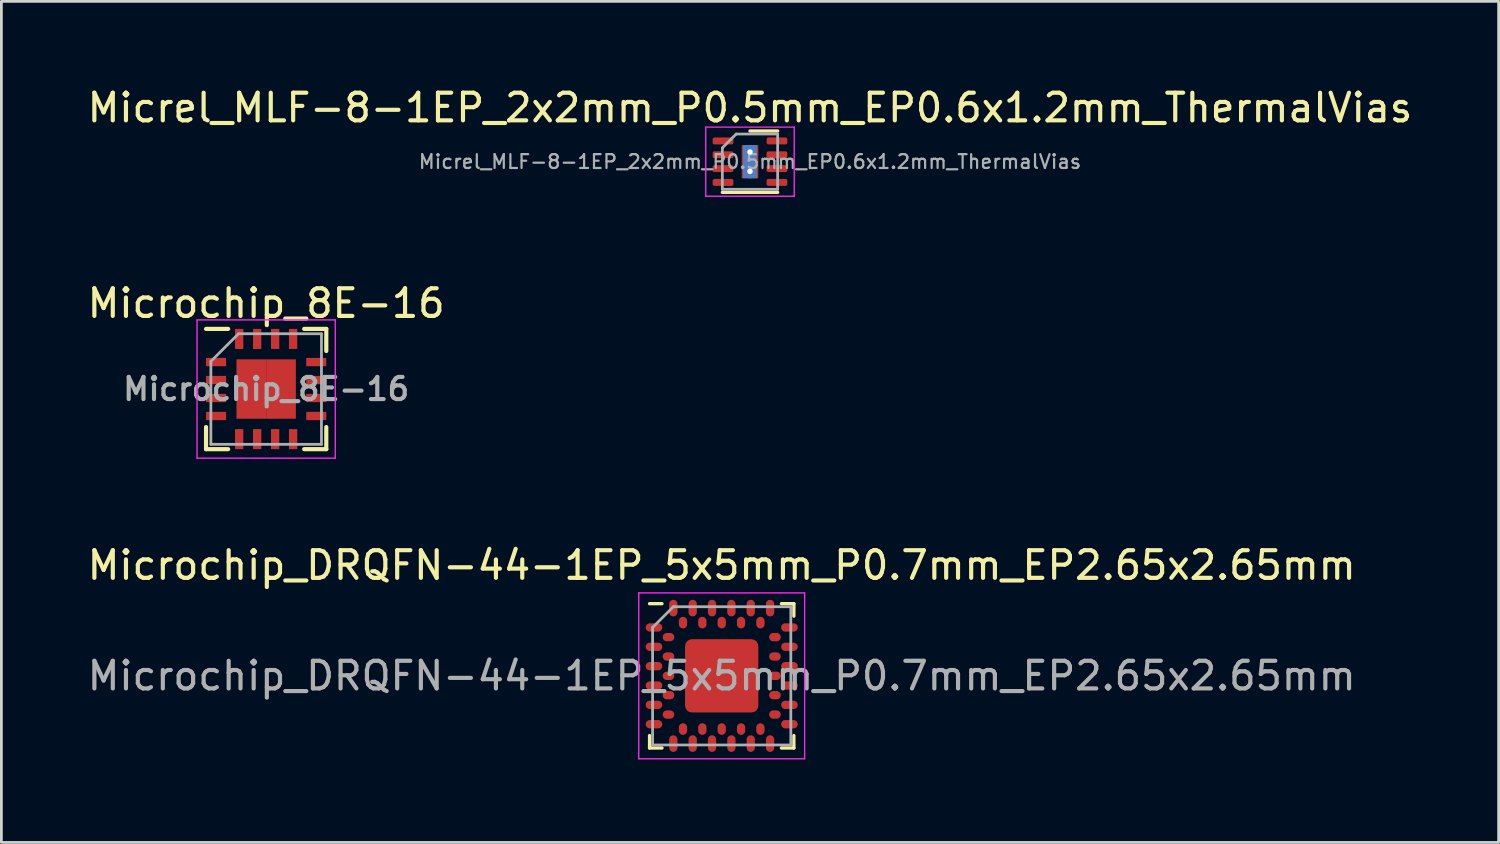
<source format=kicad_pcb>
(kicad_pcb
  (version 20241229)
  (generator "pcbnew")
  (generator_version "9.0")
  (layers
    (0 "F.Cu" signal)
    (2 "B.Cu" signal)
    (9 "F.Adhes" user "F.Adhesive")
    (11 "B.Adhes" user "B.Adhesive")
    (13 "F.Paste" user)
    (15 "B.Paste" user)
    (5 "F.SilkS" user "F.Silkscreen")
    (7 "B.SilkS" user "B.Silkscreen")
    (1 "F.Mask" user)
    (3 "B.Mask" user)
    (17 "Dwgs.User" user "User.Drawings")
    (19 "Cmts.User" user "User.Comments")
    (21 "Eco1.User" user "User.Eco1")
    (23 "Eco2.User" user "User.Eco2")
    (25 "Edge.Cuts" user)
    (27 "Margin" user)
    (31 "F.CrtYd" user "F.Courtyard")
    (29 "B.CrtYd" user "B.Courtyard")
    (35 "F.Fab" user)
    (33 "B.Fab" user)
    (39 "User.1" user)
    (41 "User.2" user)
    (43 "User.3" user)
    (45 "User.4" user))
  (footprint "Microchip_8E-16"
    (layer "F.Cu")
    (at 6.577 11.021)
    (property "Reference" "Microchip_8E-16" (at 0 -3.1 0) (layer "F.SilkS") (effects (font (size 1 1) (thickness 0.15))))
    (attr smd)
    (fp_line (start -2.175 -2.175) (end -1.375 -2.175) (stroke (width 0.15) (type solid)) (layer "F.SilkS"))
    (fp_line (start -2.175 2.175) (end -2.175 1.375) (stroke (width 0.15) (type solid)) (layer "F.SilkS"))
    (fp_line (start -2.175 2.175) (end -1.375 2.175) (stroke (width 0.15) (type solid)) (layer "F.SilkS"))
    (fp_line (start 2.175 -2.175) (end 1.375 -2.175) (stroke (width 0.15) (type solid)) (layer "F.SilkS"))
    (fp_line (start 2.175 -2.175) (end 2.175 -1.375) (stroke (width 0.15) (type solid)) (layer "F.SilkS"))
    (fp_line (start 2.175 2.175) (end 1.375 2.175) (stroke (width 0.15) (type solid)) (layer "F.SilkS"))
    (fp_line (start 2.175 2.175) (end 2.175 1.375) (stroke (width 0.15) (type solid)) (layer "F.SilkS"))
    (fp_line (start -2.5 -2.5) (end -2.5 2.5) (stroke (width 0.05) (type solid)) (layer "F.CrtYd"))
    (fp_line (start -2.5 -2.5) (end 2.5 -2.5) (stroke (width 0.05) (type solid)) (layer "F.CrtYd"))
    (fp_line (start -2.5 2.5) (end 2.5 2.5) (stroke (width 0.05) (type solid)) (layer "F.CrtYd"))
    (fp_line (start 2.5 -2.5) (end 2.5 2.5) (stroke (width 0.05) (type solid)) (layer "F.CrtYd"))
    (fp_line (start -2 2) (end -2 -1) (stroke (width 0.1) (type solid)) (layer "F.Fab"))
    (fp_line (start -1 -2) (end -2 -1) (stroke (width 0.1) (type solid)) (layer "F.Fab"))
    (fp_line (start -1 -2) (end 2 -2) (stroke (width 0.1) (type solid)) (layer "F.Fab"))
    (fp_line (start 2 -2) (end 2 2) (stroke (width 0.1) (type solid)) (layer "F.Fab"))
    (fp_line (start 2 2) (end -2 2) (stroke (width 0.1) (type solid)) (layer "F.Fab"))
    (fp_text user "${REFERENCE}" (at 0 0 0) (layer "F.Fab") (effects (font (size 0.8 0.8) (thickness 0.15))))
    (pad "1" smd rect (at -1.812 -0.975) (size 0.725 0.3) (layers "F.Cu" "F.Mask" "F.Paste"))
    (pad "2" smd rect (at -1.812 -0.325) (size 0.725 0.3) (layers "F.Cu" "F.Mask" "F.Paste"))
    (pad "3" smd rect (at -1.812 0.325) (size 0.725 0.3) (layers "F.Cu" "F.Mask" "F.Paste"))
    (pad "4" smd rect (at -1.812 0.975) (size 0.725 0.3) (layers "F.Cu" "F.Mask" "F.Paste"))
    (pad "5" smd rect (at -0.975 1.812 90) (size 0.725 0.3) (layers "F.Cu" "F.Mask" "F.Paste"))
    (pad "6" smd rect (at -0.325 1.812 90) (size 0.725 0.3) (layers "F.Cu" "F.Mask" "F.Paste"))
    (pad "7" smd rect (at 0.325 1.812 90) (size 0.725 0.3) (layers "F.Cu" "F.Mask" "F.Paste"))
    (pad "8" smd rect (at 0.975 1.812 90) (size 0.725 0.3) (layers "F.Cu" "F.Mask" "F.Paste"))
    (pad "9" smd rect (at 1.812 0.975) (size 0.725 0.3) (layers "F.Cu" "F.Mask" "F.Paste"))
    (pad "10" smd rect (at 1.812 0.325) (size 0.725 0.3) (layers "F.Cu" "F.Mask" "F.Paste"))
    (pad "11" smd rect (at 1.812 -0.325) (size 0.725 0.3) (layers "F.Cu" "F.Mask" "F.Paste"))
    (pad "12" smd rect (at 1.812 -0.975) (size 0.725 0.3) (layers "F.Cu" "F.Mask" "F.Paste"))
    (pad "13" smd rect (at 0.975 -1.812 90) (size 0.725 0.3) (layers "F.Cu" "F.Mask" "F.Paste"))
    (pad "14" smd rect (at 0.325 -1.812 90) (size 0.725 0.3) (layers "F.Cu" "F.Mask" "F.Paste"))
    (pad "15" smd rect (at -0.325 -1.812 90) (size 0.725 0.3) (layers "F.Cu" "F.Mask" "F.Paste"))
    (pad "16" smd rect (at -0.975 -1.812 90) (size 0.725 0.3) (layers "F.Cu" "F.Mask" "F.Paste"))
    (pad "17" smd rect (at -0.537 -0.537) (size 1.075 1.075) (layers "F.Cu" "F.Mask" "F.Paste"))
    (pad "17" smd rect (at -0.537 0.537) (size 1.075 1.075) (layers "F.Cu" "F.Mask" "F.Paste"))
    (pad "17" smd rect (at 0.537 -0.537) (size 1.075 1.075) (layers "F.Cu" "F.Mask" "F.Paste"))
    (pad "17" smd rect (at 0.537 0.537) (size 1.075 1.075) (layers "F.Cu" "F.Mask" "F.Paste")))
  (footprint "Microchip_DRQFN-44-1EP_5x5mm_P0.7mm_EP2.65x2.65mm"
    (layer "F.Cu")
    (at 23.054 21.395)
    (property "Reference" "Microchip_DRQFN-44-1EP_5x5mm_P0.7mm_EP2.65x2.65mm" (at 0 -4 0) (layer "F.SilkS") (effects (font (size 1 1) (thickness 0.15))))
    (attr smd)
    (fp_line (start -2.61 2.61) (end -2.61 2.16) (stroke (width 0.12) (type solid)) (layer "F.SilkS"))
    (fp_line (start -2.16 -2.61) (end -2.61 -2.61) (stroke (width 0.12) (type solid)) (layer "F.SilkS"))
    (fp_line (start -2.16 2.61) (end -2.61 2.61) (stroke (width 0.12) (type solid)) (layer "F.SilkS"))
    (fp_line (start 2.16 -2.61) (end 2.61 -2.61) (stroke (width 0.12) (type solid)) (layer "F.SilkS"))
    (fp_line (start 2.61 -2.61) (end 2.61 -2.16) (stroke (width 0.12) (type solid)) (layer "F.SilkS"))
    (fp_line (start 2.61 2.16) (end 2.61 2.61) (stroke (width 0.12) (type solid)) (layer "F.SilkS"))
    (fp_line (start 2.61 2.61) (end 2.16 2.61) (stroke (width 0.12) (type solid)) (layer "F.SilkS"))
    (fp_line (start -3 -3) (end 3 -3) (stroke (width 0.05) (type solid)) (layer "F.CrtYd"))
    (fp_line (start -3 3) (end -3 -3) (stroke (width 0.05) (type solid)) (layer "F.CrtYd"))
    (fp_line (start 3 -3) (end 3 3) (stroke (width 0.05) (type solid)) (layer "F.CrtYd"))
    (fp_line (start 3 3) (end -3 3) (stroke (width 0.05) (type solid)) (layer "F.CrtYd"))
    (fp_line (start -2.5 -1.75) (end -1.75 -2.5) (stroke (width 0.1) (type solid)) (layer "F.Fab"))
    (fp_line (start -2.5 2.5) (end -2.5 -1.75) (stroke (width 0.1) (type solid)) (layer "F.Fab"))
    (fp_line (start -1.75 -2.5) (end 2.5 -2.5) (stroke (width 0.1) (type solid)) (layer "F.Fab"))
    (fp_line (start 2.5 -2.5) (end 2.5 2.5) (stroke (width 0.1) (type solid)) (layer "F.Fab"))
    (fp_line (start 2.5 2.5) (end -2.5 2.5) (stroke (width 0.1) (type solid)) (layer "F.Fab"))
    (fp_text user "${REFERENCE}" (at 0 0 0) (layer "F.Fab") (effects (font (size 1 1) (thickness 0.15))))
    (pad "" smd roundrect (at -0.65 -0.65) (size 1.1 1.1) (layers "F.Paste") (roundrect_rratio 0.1))
    (pad "" smd roundrect (at -0.65 0.65) (size 1.1 1.1) (layers "F.Paste") (roundrect_rratio 0.1))
    (pad "" smd roundrect (at 0.65 -0.65) (size 1.1 1.1) (layers "F.Paste") (roundrect_rratio 0.1))
    (pad "" smd roundrect (at 0.65 0.65) (size 1.1 1.1) (layers "F.Paste") (roundrect_rratio 0.1))
    (pad "A1" smd oval (at -2.45 -1.75) (size 0.6 0.3) (layers "F.Cu" "F.Mask" "F.Paste"))
    (pad "A2" smd oval (at -2.45 -1.05) (size 0.6 0.3) (layers "F.Cu" "F.Mask" "F.Paste"))
    (pad "A3" smd oval (at -2.45 -0.35) (size 0.6 0.3) (layers "F.Cu" "F.Mask" "F.Paste"))
    (pad "A4" smd oval (at -2.45 0.35) (size 0.6 0.3) (layers "F.Cu" "F.Mask" "F.Paste"))
    (pad "A5" smd oval (at -2.45 1.05) (size 0.6 0.3) (layers "F.Cu" "F.Mask" "F.Paste"))
    (pad "A6" smd oval (at -2.45 1.75) (size 0.6 0.3) (layers "F.Cu" "F.Mask" "F.Paste"))
    (pad "A7" smd oval (at -1.75 2.45) (size 0.3 0.6) (layers "F.Cu" "F.Mask" "F.Paste"))
    (pad "A8" smd oval (at -1.05 2.45) (size 0.3 0.6) (layers "F.Cu" "F.Mask" "F.Paste"))
    (pad "A9" smd oval (at -0.35 2.45) (size 0.3 0.6) (layers "F.Cu" "F.Mask" "F.Paste"))
    (pad "A10" smd oval (at 0.35 2.45) (size 0.3 0.6) (layers "F.Cu" "F.Mask" "F.Paste"))
    (pad "A11" smd oval (at 1.05 2.45) (size 0.3 0.6) (layers "F.Cu" "F.Mask" "F.Paste"))
    (pad "A12" smd oval (at 1.75 2.45) (size 0.3 0.6) (layers "F.Cu" "F.Mask" "F.Paste"))
    (pad "A13" smd oval (at 2.45 1.75) (size 0.6 0.3) (layers "F.Cu" "F.Mask" "F.Paste"))
    (pad "A14" smd oval (at 2.45 1.05) (size 0.6 0.3) (layers "F.Cu" "F.Mask" "F.Paste"))
    (pad "A15" smd oval (at 2.45 0.35) (size 0.6 0.3) (layers "F.Cu" "F.Mask" "F.Paste"))
    (pad "A16" smd oval (at 2.45 -0.35) (size 0.6 0.3) (layers "F.Cu" "F.Mask" "F.Paste"))
    (pad "A17" smd oval (at 2.45 -1.05) (size 0.6 0.3) (layers "F.Cu" "F.Mask" "F.Paste"))
    (pad "A18" smd oval (at 2.45 -1.75) (size 0.6 0.3) (layers "F.Cu" "F.Mask" "F.Paste"))
    (pad "A19" smd oval (at 1.75 -2.45) (size 0.3 0.6) (layers "F.Cu" "F.Mask" "F.Paste"))
    (pad "A20" smd oval (at 1.05 -2.45) (size 0.3 0.6) (layers "F.Cu" "F.Mask" "F.Paste"))
    (pad "A21" smd oval (at 0.35 -2.45) (size 0.3 0.6) (layers "F.Cu" "F.Mask" "F.Paste"))
    (pad "A22" smd oval (at -0.35 -2.45) (size 0.3 0.6) (layers "F.Cu" "F.Mask" "F.Paste"))
    (pad "A23" smd oval (at -1.05 -2.45) (size 0.3 0.6) (layers "F.Cu" "F.Mask" "F.Paste"))
    (pad "A24" smd oval (at -1.75 -2.45) (size 0.3 0.6) (layers "F.Cu" "F.Mask" "F.Paste"))
    (pad "B1" smd oval (at -1.925 -1.4) (size 0.42 0.3) (layers "F.Cu" "F.Mask" "F.Paste"))
    (pad "B2" smd oval (at -1.925 -0.7) (size 0.42 0.3) (layers "F.Cu" "F.Mask" "F.Paste"))
    (pad "B3" smd oval (at -1.925 0) (size 0.42 0.3) (layers "F.Cu" "F.Mask" "F.Paste"))
    (pad "B4" smd oval (at -1.925 0.7) (size 0.42 0.3) (layers "F.Cu" "F.Mask" "F.Paste"))
    (pad "B5" smd oval (at -1.925 1.4) (size 0.42 0.3) (layers "F.Cu" "F.Mask" "F.Paste"))
    (pad "B6" smd oval (at -1.4 1.925) (size 0.3 0.42) (layers "F.Cu" "F.Mask" "F.Paste"))
    (pad "B7" smd oval (at -0.7 1.925) (size 0.3 0.42) (layers "F.Cu" "F.Mask" "F.Paste"))
    (pad "B8" smd oval (at 0 1.925) (size 0.3 0.42) (layers "F.Cu" "F.Mask" "F.Paste"))
    (pad "B9" smd oval (at 0.7 1.925) (size 0.3 0.42) (layers "F.Cu" "F.Mask" "F.Paste"))
    (pad "B10" smd oval (at 1.4 1.925) (size 0.3 0.42) (layers "F.Cu" "F.Mask" "F.Paste"))
    (pad "B11" smd oval (at 1.925 1.4) (size 0.42 0.3) (layers "F.Cu" "F.Mask" "F.Paste"))
    (pad "B12" smd oval (at 1.925 0.7) (size 0.42 0.3) (layers "F.Cu" "F.Mask" "F.Paste"))
    (pad "B13" smd oval (at 1.925 0) (size 0.42 0.3) (layers "F.Cu" "F.Mask" "F.Paste"))
    (pad "B14" smd oval (at 1.925 -0.7) (size 0.42 0.3) (layers "F.Cu" "F.Mask" "F.Paste"))
    (pad "B15" smd oval (at 1.925 -1.4) (size 0.42 0.3) (layers "F.Cu" "F.Mask" "F.Paste"))
    (pad "B16" smd oval (at 1.4 -1.925) (size 0.3 0.42) (layers "F.Cu" "F.Mask" "F.Paste"))
    (pad "B17" smd oval (at 0.7 -1.925) (size 0.3 0.42) (layers "F.Cu" "F.Mask" "F.Paste"))
    (pad "B18" smd oval (at 0 -1.925) (size 0.3 0.42) (layers "F.Cu" "F.Mask" "F.Paste"))
    (pad "B19" smd oval (at -0.7 -1.925) (size 0.3 0.42) (layers "F.Cu" "F.Mask" "F.Paste"))
    (pad "B20" smd oval (at -1.4 -1.925) (size 0.3 0.42) (layers "F.Cu" "F.Mask" "F.Paste"))
    (pad "EP" smd roundrect (at 0 0) (size 2.65 2.65) (layers "F.Cu" "F.Mask") (roundrect_rratio 0.094)))
  (footprint "Micrel_MLF-8-1EP_2x2mm_P0.5mm_EP0.6x1.2mm_ThermalVias"
    (layer "F.Cu")
    (at 24.077 2.798)
    (property "Reference" "Micrel_MLF-8-1EP_2x2mm_P0.5mm_EP0.6x1.2mm_ThermalVias" (at 0 -1.95 0) (layer "F.SilkS") (effects (font (size 1 1) (thickness 0.15))))
    (attr smd)
    (fp_line (start -1 1.11) (end 1 1.11) (stroke (width 0.12) (type solid)) (layer "F.SilkS"))
    (fp_line (start 0 -1.11) (end 1 -1.11) (stroke (width 0.12) (type solid)) (layer "F.SilkS"))
    (fp_line (start -1.6 -1.25) (end -1.6 1.25) (stroke (width 0.05) (type solid)) (layer "F.CrtYd"))
    (fp_line (start -1.6 1.25) (end 1.6 1.25) (stroke (width 0.05) (type solid)) (layer "F.CrtYd"))
    (fp_line (start 1.6 -1.25) (end -1.6 -1.25) (stroke (width 0.05) (type solid)) (layer "F.CrtYd"))
    (fp_line (start 1.6 1.25) (end 1.6 -1.25) (stroke (width 0.05) (type solid)) (layer "F.CrtYd"))
    (fp_line (start -1 -0.5) (end -0.5 -1) (stroke (width 0.1) (type solid)) (layer "F.Fab"))
    (fp_line (start -1 1) (end -1 -0.5) (stroke (width 0.1) (type solid)) (layer "F.Fab"))
    (fp_line (start -0.5 -1) (end 1 -1) (stroke (width 0.1) (type solid)) (layer "F.Fab"))
    (fp_line (start 1 -1) (end 1 1) (stroke (width 0.1) (type solid)) (layer "F.Fab"))
    (fp_line (start 1 1) (end -1 1) (stroke (width 0.1) (type solid)) (layer "F.Fab"))
    (fp_text user "${REFERENCE}" (at 0 0 0) (layer "F.Fab") (effects (font (size 0.5 0.5) (thickness 0.08))))
    (pad "" smd roundrect (at -0.15 -0.3) (size 0.24 0.48) (layers "F.Paste") (roundrect_rratio 0.25))
    (pad "" smd roundrect (at -0.15 0.3) (size 0.24 0.48) (layers "F.Paste") (roundrect_rratio 0.25))
    (pad "" smd roundrect (at 0.15 -0.3) (size 0.24 0.48) (layers "F.Paste") (roundrect_rratio 0.25))
    (pad "" smd roundrect (at 0.15 0.3) (size 0.24 0.48) (layers "F.Paste") (roundrect_rratio 0.25))
    (pad "1" smd roundrect (at -0.975 -0.75) (size 0.75 0.25) (layers "F.Cu" "F.Mask" "F.Paste") (roundrect_rratio 0.25))
    (pad "2" smd roundrect (at -0.975 -0.25) (size 0.75 0.25) (layers "F.Cu" "F.Mask" "F.Paste") (roundrect_rratio 0.25))
    (pad "3" smd roundrect (at -0.975 0.25) (size 0.75 0.25) (layers "F.Cu" "F.Mask" "F.Paste") (roundrect_rratio 0.25))
    (pad "4" smd roundrect (at -0.975 0.75) (size 0.75 0.25) (layers "F.Cu" "F.Mask" "F.Paste") (roundrect_rratio 0.25))
    (pad "5" smd roundrect (at 0.975 0.75) (size 0.75 0.25) (layers "F.Cu" "F.Mask" "F.Paste") (roundrect_rratio 0.25))
    (pad "6" smd roundrect (at 0.975 0.25) (size 0.75 0.25) (layers "F.Cu" "F.Mask" "F.Paste") (roundrect_rratio 0.25))
    (pad "7" smd roundrect (at 0.975 -0.25) (size 0.75 0.25) (layers "F.Cu" "F.Mask" "F.Paste") (roundrect_rratio 0.25))
    (pad "8" smd roundrect (at 0.975 -0.75) (size 0.75 0.25) (layers "F.Cu" "F.Mask" "F.Paste") (roundrect_rratio 0.25))
    (pad "9" thru_hole circle (at 0 -0.35) (size 0.5 0.5) (drill 0.2) (layers "*.Cu"))
    (pad "9" smd rect (at 0 0) (size 0.5 1.2) (layers "B.Cu"))
    (pad "9" smd rect (at 0 0) (size 0.6 1.2) (layers "F.Cu" "F.Mask"))
    (pad "9" thru_hole circle (at 0 0.35) (size 0.5 0.5) (drill 0.2) (layers "*.Cu")))
  (gr_rect
    (start -3 -3)
    (end 51.155 27.42)
    (stroke (width 0.1) (type default))
    (fill no)
    (layer "Edge.Cuts")))
</source>
